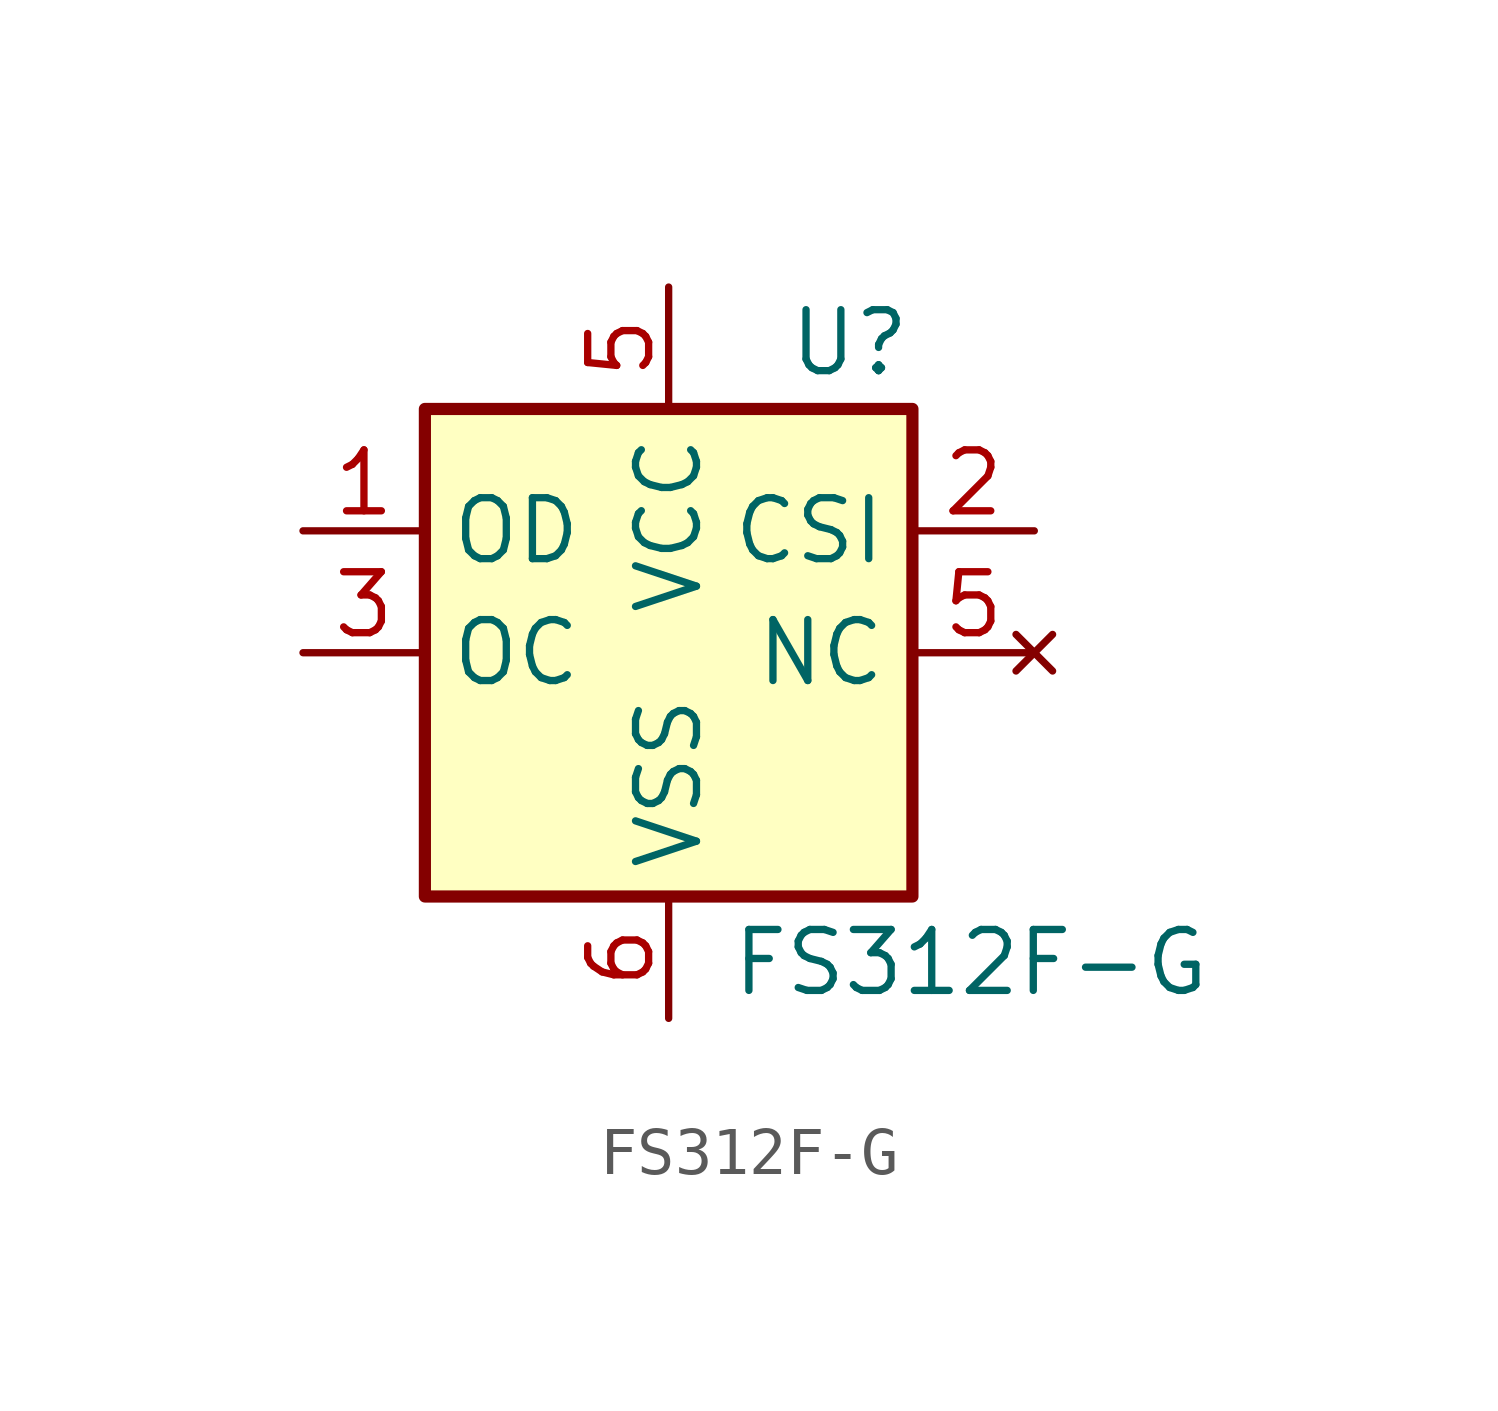
<source format=kicad_sym>
(kicad_symbol_lib
  (version 20201005)
  (generator kicad_symbol_editor)
  (symbol "FS312F-G:FS312F-G"
    (property "Reference" "U"
      (at 5.08 5.715 0)
      (effects (font (size 1.27 1.27)) (justify right bottom)))
    (property "Value" "FS312F-G"
      (at 1.27 -5.715 0)
      (effects (font (size 1.27 1.27)) (justify left top)))
    (symbol "FS312F-G_0_1"
      (rectangle (start 5.08 5.08) (end -5.08 -5.08) (stroke (width 0.254)) (fill (type background))))
    (symbol "FS312F-G_1_1"
      (pin passive line (at -7.62 2.54 0) (length 2.54) (name "OD" (effects (font (size 1.27 1.27)))) (number "1" (effects (font (size 1.27 1.27)))))
      (pin passive line (at -7.62 0 0) (length 2.54) (name "OC" (effects (font (size 1.27 1.27)))) (number "3" (effects (font (size 1.27 1.27)))))
      (pin passive line (at 0 -7.62 90) (length 2.54) (name "VSS" (effects (font (size 1.27 1.27)))) (number "6" (effects (font (size 1.27 1.27)))))
      (pin passive line (at 0 7.62 270) (length 2.54) (name "VCC" (effects (font (size 1.27 1.27)))) (number "5" (effects (font (size 1.27 1.27)))))
      (pin unconnected line (at 7.62 0 180) (length 2.54) (name "NC" (effects (font (size 1.27 1.27)))) (number "5" (effects (font (size 1.27 1.27)))))
      (pin passive line (at 7.62 2.54 180) (length 2.54) (name "CSI" (effects (font (size 1.27 1.27)))) (number "2" (effects (font (size 1.27 1.27))))))))
</source>
